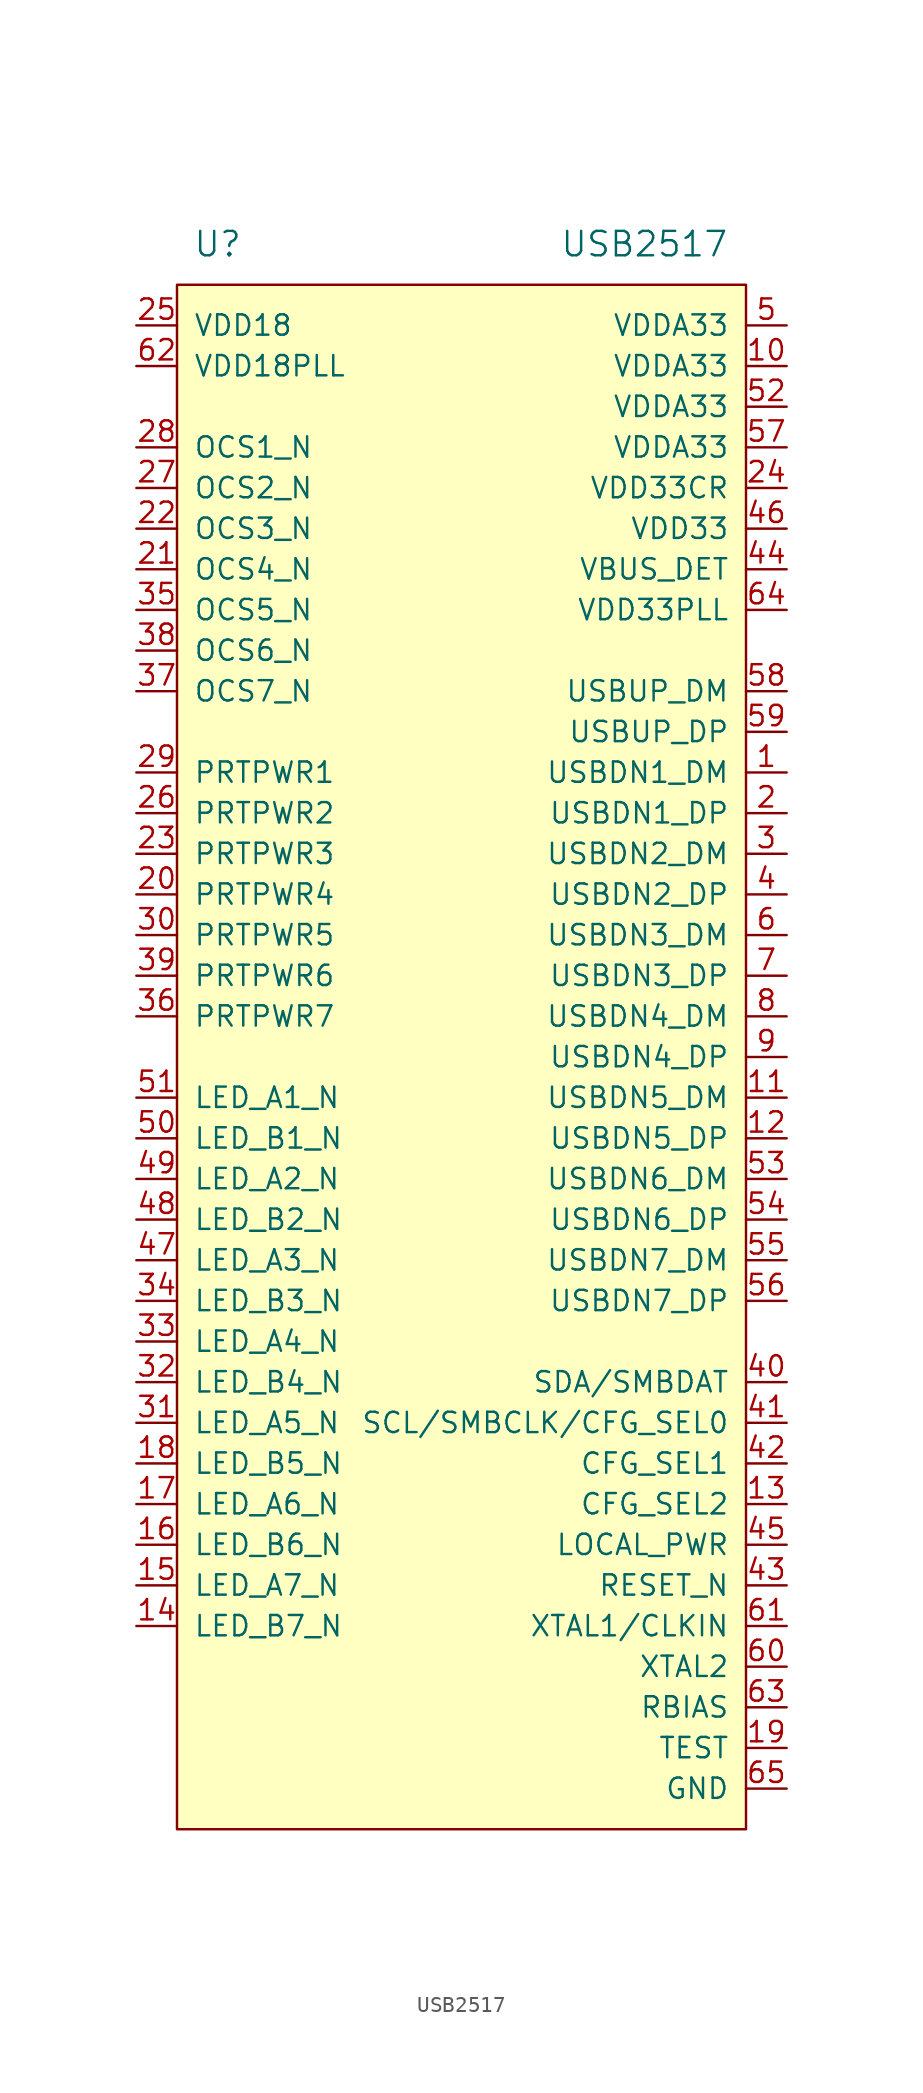
<source format=kicad_sym>
(kicad_symbol_lib
  (version 20210619)
  (generator kicad_symbol_editor)
  (symbol "usb_controller:USB2517"
    (pin_names
      (offset 1.016))
    (property "Reference" "U"
      (at -13.97 50.8 0)
      (effects (font (size 1.524 1.524))))
    (property "Value" "USB2517"
      (at 12.7 50.8 0)
      (effects (font (size 1.524 1.524))))
    (symbol "USB2517_0_1"
      (rectangle (start 19.05 48.26) (end -16.51 -48.26) (stroke (width 0)) (fill (type background))))
    (symbol "USB2517_1_1"
      (pin input line (at 21.59 17.78 180) (length 2.54) (name "USBDN1_DM" (effects (font (size 1.27 1.27)))) (number "1" (effects (font (size 1.27 1.27)))))
      (pin input line (at 21.59 43.18 180) (length 2.54) (name "VDDA33" (effects (font (size 1.27 1.27)))) (number "10" (effects (font (size 1.27 1.27)))))
      (pin input line (at 21.59 -2.54 180) (length 2.54) (name "USBDN5_DM" (effects (font (size 1.27 1.27)))) (number "11" (effects (font (size 1.27 1.27)))))
      (pin input line (at 21.59 -5.08 180) (length 2.54) (name "USBDN5_DP" (effects (font (size 1.27 1.27)))) (number "12" (effects (font (size 1.27 1.27)))))
      (pin input line (at 21.59 -27.94 180) (length 2.54) (name "CFG_SEL2" (effects (font (size 1.27 1.27)))) (number "13" (effects (font (size 1.27 1.27)))))
      (pin input line (at -19.05 -35.56 0) (length 2.54) (name "LED_B7_N" (effects (font (size 1.27 1.27)))) (number "14" (effects (font (size 1.27 1.27)))))
      (pin input line (at -19.05 -33.02 0) (length 2.54) (name "LED_A7_N" (effects (font (size 1.27 1.27)))) (number "15" (effects (font (size 1.27 1.27)))))
      (pin input line (at -19.05 -30.48 0) (length 2.54) (name "LED_B6_N" (effects (font (size 1.27 1.27)))) (number "16" (effects (font (size 1.27 1.27)))))
      (pin input line (at -19.05 -27.94 0) (length 2.54) (name "LED_A6_N" (effects (font (size 1.27 1.27)))) (number "17" (effects (font (size 1.27 1.27)))))
      (pin input line (at -19.05 -25.4 0) (length 2.54) (name "LED_B5_N" (effects (font (size 1.27 1.27)))) (number "18" (effects (font (size 1.27 1.27)))))
      (pin input line (at 21.59 -43.18 180) (length 2.54) (name "TEST" (effects (font (size 1.27 1.27)))) (number "19" (effects (font (size 1.27 1.27)))))
      (pin input line (at 21.59 15.24 180) (length 2.54) (name "USBDN1_DP" (effects (font (size 1.27 1.27)))) (number "2" (effects (font (size 1.27 1.27)))))
      (pin input line (at -19.05 10.16 0) (length 2.54) (name "PRTPWR4" (effects (font (size 1.27 1.27)))) (number "20" (effects (font (size 1.27 1.27)))))
      (pin input line (at -19.05 30.48 0) (length 2.54) (name "OCS4_N" (effects (font (size 1.27 1.27)))) (number "21" (effects (font (size 1.27 1.27)))))
      (pin input line (at -19.05 33.02 0) (length 2.54) (name "OCS3_N" (effects (font (size 1.27 1.27)))) (number "22" (effects (font (size 1.27 1.27)))))
      (pin input line (at -19.05 12.7 0) (length 2.54) (name "PRTPWR3" (effects (font (size 1.27 1.27)))) (number "23" (effects (font (size 1.27 1.27)))))
      (pin input line (at 21.59 35.56 180) (length 2.54) (name "VDD33CR" (effects (font (size 1.27 1.27)))) (number "24" (effects (font (size 1.27 1.27)))))
      (pin input line (at -19.05 45.72 0) (length 2.54) (name "VDD18" (effects (font (size 1.27 1.27)))) (number "25" (effects (font (size 1.27 1.27)))))
      (pin input line (at -19.05 15.24 0) (length 2.54) (name "PRTPWR2" (effects (font (size 1.27 1.27)))) (number "26" (effects (font (size 1.27 1.27)))))
      (pin input line (at -19.05 35.56 0) (length 2.54) (name "OCS2_N" (effects (font (size 1.27 1.27)))) (number "27" (effects (font (size 1.27 1.27)))))
      (pin input line (at -19.05 38.1 0) (length 2.54) (name "OCS1_N" (effects (font (size 1.27 1.27)))) (number "28" (effects (font (size 1.27 1.27)))))
      (pin input line (at -19.05 17.78 0) (length 2.54) (name "PRTPWR1" (effects (font (size 1.27 1.27)))) (number "29" (effects (font (size 1.27 1.27)))))
      (pin input line (at 21.59 12.7 180) (length 2.54) (name "USBDN2_DM" (effects (font (size 1.27 1.27)))) (number "3" (effects (font (size 1.27 1.27)))))
      (pin input line (at -19.05 7.62 0) (length 2.54) (name "PRTPWR5" (effects (font (size 1.27 1.27)))) (number "30" (effects (font (size 1.27 1.27)))))
      (pin input line (at -19.05 -22.86 0) (length 2.54) (name "LED_A5_N" (effects (font (size 1.27 1.27)))) (number "31" (effects (font (size 1.27 1.27)))))
      (pin input line (at -19.05 -20.32 0) (length 2.54) (name "LED_B4_N" (effects (font (size 1.27 1.27)))) (number "32" (effects (font (size 1.27 1.27)))))
      (pin input line (at -19.05 -17.78 0) (length 2.54) (name "LED_A4_N" (effects (font (size 1.27 1.27)))) (number "33" (effects (font (size 1.27 1.27)))))
      (pin input line (at -19.05 -15.24 0) (length 2.54) (name "LED_B3_N" (effects (font (size 1.27 1.27)))) (number "34" (effects (font (size 1.27 1.27)))))
      (pin input line (at -19.05 27.94 0) (length 2.54) (name "OCS5_N" (effects (font (size 1.27 1.27)))) (number "35" (effects (font (size 1.27 1.27)))))
      (pin input line (at -19.05 2.54 0) (length 2.54) (name "PRTPWR7" (effects (font (size 1.27 1.27)))) (number "36" (effects (font (size 1.27 1.27)))))
      (pin input line (at -19.05 22.86 0) (length 2.54) (name "OCS7_N" (effects (font (size 1.27 1.27)))) (number "37" (effects (font (size 1.27 1.27)))))
      (pin input line (at -19.05 25.4 0) (length 2.54) (name "OCS6_N" (effects (font (size 1.27 1.27)))) (number "38" (effects (font (size 1.27 1.27)))))
      (pin input line (at -19.05 5.08 0) (length 2.54) (name "PRTPWR6" (effects (font (size 1.27 1.27)))) (number "39" (effects (font (size 1.27 1.27)))))
      (pin input line (at 21.59 10.16 180) (length 2.54) (name "USBDN2_DP" (effects (font (size 1.27 1.27)))) (number "4" (effects (font (size 1.27 1.27)))))
      (pin input line (at 21.59 -20.32 180) (length 2.54) (name "SDA/SMBDAT" (effects (font (size 1.27 1.27)))) (number "40" (effects (font (size 1.27 1.27)))))
      (pin input line (at 21.59 -22.86 180) (length 2.54) (name "SCL/SMBCLK/CFG_SEL0" (effects (font (size 1.27 1.27)))) (number "41" (effects (font (size 1.27 1.27)))))
      (pin input line (at 21.59 -25.4 180) (length 2.54) (name "CFG_SEL1" (effects (font (size 1.27 1.27)))) (number "42" (effects (font (size 1.27 1.27)))))
      (pin input line (at 21.59 -33.02 180) (length 2.54) (name "RESET_N" (effects (font (size 1.27 1.27)))) (number "43" (effects (font (size 1.27 1.27)))))
      (pin input line (at 21.59 30.48 180) (length 2.54) (name "VBUS_DET" (effects (font (size 1.27 1.27)))) (number "44" (effects (font (size 1.27 1.27)))))
      (pin input line (at 21.59 -30.48 180) (length 2.54) (name "LOCAL_PWR" (effects (font (size 1.27 1.27)))) (number "45" (effects (font (size 1.27 1.27)))))
      (pin input line (at 21.59 33.02 180) (length 2.54) (name "VDD33" (effects (font (size 1.27 1.27)))) (number "46" (effects (font (size 1.27 1.27)))))
      (pin input line (at -19.05 -12.7 0) (length 2.54) (name "LED_A3_N" (effects (font (size 1.27 1.27)))) (number "47" (effects (font (size 1.27 1.27)))))
      (pin input line (at -19.05 -10.16 0) (length 2.54) (name "LED_B2_N" (effects (font (size 1.27 1.27)))) (number "48" (effects (font (size 1.27 1.27)))))
      (pin input line (at -19.05 -7.62 0) (length 2.54) (name "LED_A2_N" (effects (font (size 1.27 1.27)))) (number "49" (effects (font (size 1.27 1.27)))))
      (pin input line (at 21.59 45.72 180) (length 2.54) (name "VDDA33" (effects (font (size 1.27 1.27)))) (number "5" (effects (font (size 1.27 1.27)))))
      (pin input line (at -19.05 -5.08 0) (length 2.54) (name "LED_B1_N" (effects (font (size 1.27 1.27)))) (number "50" (effects (font (size 1.27 1.27)))))
      (pin input line (at -19.05 -2.54 0) (length 2.54) (name "LED_A1_N" (effects (font (size 1.27 1.27)))) (number "51" (effects (font (size 1.27 1.27)))))
      (pin input line (at 21.59 40.64 180) (length 2.54) (name "VDDA33" (effects (font (size 1.27 1.27)))) (number "52" (effects (font (size 1.27 1.27)))))
      (pin input line (at 21.59 -7.62 180) (length 2.54) (name "USBDN6_DM" (effects (font (size 1.27 1.27)))) (number "53" (effects (font (size 1.27 1.27)))))
      (pin input line (at 21.59 -10.16 180) (length 2.54) (name "USBDN6_DP" (effects (font (size 1.27 1.27)))) (number "54" (effects (font (size 1.27 1.27)))))
      (pin input line (at 21.59 -12.7 180) (length 2.54) (name "USBDN7_DM" (effects (font (size 1.27 1.27)))) (number "55" (effects (font (size 1.27 1.27)))))
      (pin input line (at 21.59 -15.24 180) (length 2.54) (name "USBDN7_DP" (effects (font (size 1.27 1.27)))) (number "56" (effects (font (size 1.27 1.27)))))
      (pin input line (at 21.59 38.1 180) (length 2.54) (name "VDDA33" (effects (font (size 1.27 1.27)))) (number "57" (effects (font (size 1.27 1.27)))))
      (pin input line (at 21.59 22.86 180) (length 2.54) (name "USBUP_DM" (effects (font (size 1.27 1.27)))) (number "58" (effects (font (size 1.27 1.27)))))
      (pin input line (at 21.59 20.32 180) (length 2.54) (name "USBUP_DP" (effects (font (size 1.27 1.27)))) (number "59" (effects (font (size 1.27 1.27)))))
      (pin input line (at 21.59 7.62 180) (length 2.54) (name "USBDN3_DM" (effects (font (size 1.27 1.27)))) (number "6" (effects (font (size 1.27 1.27)))))
      (pin input line (at 21.59 -38.1 180) (length 2.54) (name "XTAL2" (effects (font (size 1.27 1.27)))) (number "60" (effects (font (size 1.27 1.27)))))
      (pin input line (at 21.59 -35.56 180) (length 2.54) (name "XTAL1/CLKIN" (effects (font (size 1.27 1.27)))) (number "61" (effects (font (size 1.27 1.27)))))
      (pin input line (at -19.05 43.18 0) (length 2.54) (name "VDD18PLL" (effects (font (size 1.27 1.27)))) (number "62" (effects (font (size 1.27 1.27)))))
      (pin input line (at 21.59 -40.64 180) (length 2.54) (name "RBIAS" (effects (font (size 1.27 1.27)))) (number "63" (effects (font (size 1.27 1.27)))))
      (pin input line (at 21.59 27.94 180) (length 2.54) (name "VDD33PLL" (effects (font (size 1.27 1.27)))) (number "64" (effects (font (size 1.27 1.27)))))
      (pin input line (at 21.59 -45.72 180) (length 2.54) (name "GND" (effects (font (size 1.27 1.27)))) (number "65" (effects (font (size 1.27 1.27)))))
      (pin input line (at 21.59 5.08 180) (length 2.54) (name "USBDN3_DP" (effects (font (size 1.27 1.27)))) (number "7" (effects (font (size 1.27 1.27)))))
      (pin input line (at 21.59 2.54 180) (length 2.54) (name "USBDN4_DM" (effects (font (size 1.27 1.27)))) (number "8" (effects (font (size 1.27 1.27)))))
      (pin input line (at 21.59 0 180) (length 2.54) (name "USBDN4_DP" (effects (font (size 1.27 1.27)))) (number "9" (effects (font (size 1.27 1.27))))))))
</source>
